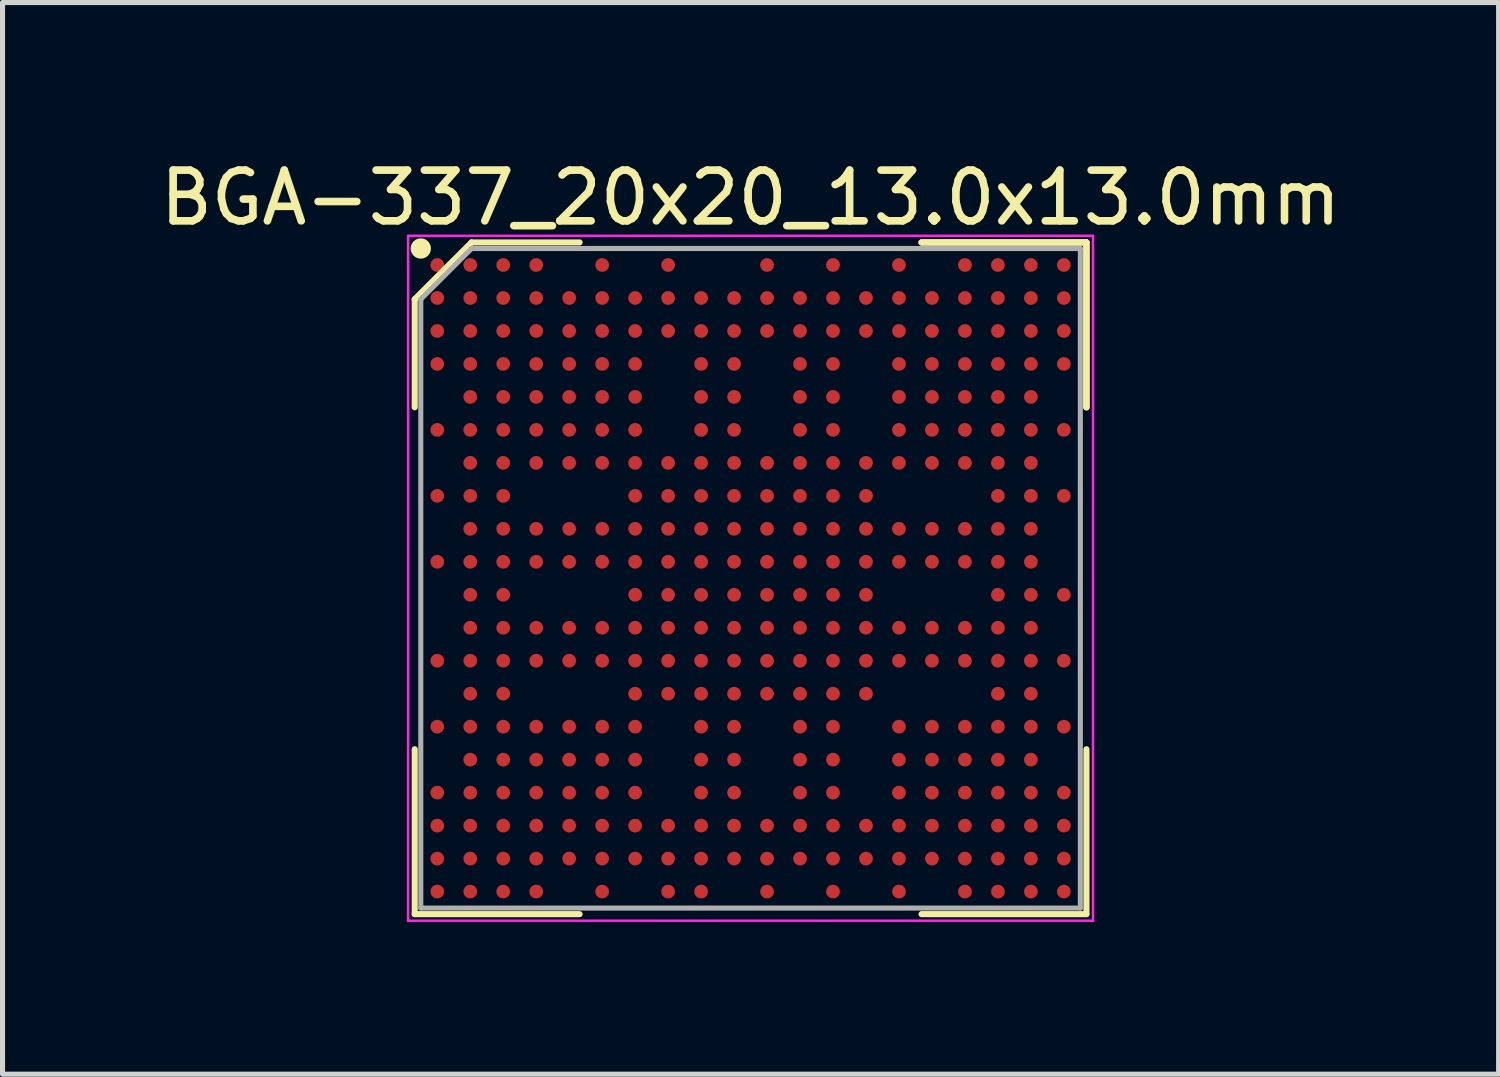
<source format=kicad_pcb>
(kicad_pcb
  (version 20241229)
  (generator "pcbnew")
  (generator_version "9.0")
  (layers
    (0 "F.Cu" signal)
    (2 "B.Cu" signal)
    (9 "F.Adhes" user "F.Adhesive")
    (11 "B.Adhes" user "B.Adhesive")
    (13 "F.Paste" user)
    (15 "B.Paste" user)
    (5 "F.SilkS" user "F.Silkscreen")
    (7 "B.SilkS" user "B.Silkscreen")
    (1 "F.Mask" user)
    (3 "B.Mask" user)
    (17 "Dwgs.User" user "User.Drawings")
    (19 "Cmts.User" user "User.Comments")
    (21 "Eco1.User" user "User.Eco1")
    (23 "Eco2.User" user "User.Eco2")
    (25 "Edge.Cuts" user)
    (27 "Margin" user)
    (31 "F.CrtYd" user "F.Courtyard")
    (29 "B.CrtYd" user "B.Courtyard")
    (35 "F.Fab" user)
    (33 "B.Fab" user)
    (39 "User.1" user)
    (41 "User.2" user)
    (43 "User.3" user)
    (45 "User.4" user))
  (footprint "BGA-337_20x20_13.0x13.0mm"
    (layer "F.Cu")
    (at 11.744 8.348)
    (property "Reference" "BGA-337_20x20_13.0x13.0mm" (at 0 -7.5 0) (layer "F.SilkS") (effects (font (size 1 1) (thickness 0.15))))
    (attr smd)
    (fp_line (start -6.62 -5.5) (end -6.62 -3.37) (stroke (width 0.12) (type solid)) (layer "F.SilkS"))
    (fp_line (start -6.62 6.62) (end -6.62 3.37) (stroke (width 0.12) (type solid)) (layer "F.SilkS"))
    (fp_line (start -5.5 -6.62) (end -6.62 -5.5) (stroke (width 0.12) (type solid)) (layer "F.SilkS"))
    (fp_line (start -3.37 -6.62) (end -5.5 -6.62) (stroke (width 0.12) (type solid)) (layer "F.SilkS"))
    (fp_line (start -3.37 6.62) (end -6.62 6.62) (stroke (width 0.12) (type solid)) (layer "F.SilkS"))
    (fp_line (start 3.37 -6.62) (end 6.62 -6.62) (stroke (width 0.12) (type solid)) (layer "F.SilkS"))
    (fp_line (start 3.37 -6.62) (end 6.62 -6.62) (stroke (width 0.12) (type solid)) (layer "F.SilkS"))
    (fp_line (start 3.37 -6.62) (end 6.62 -6.62) (stroke (width 0.12) (type solid)) (layer "F.SilkS"))
    (fp_line (start 3.37 6.62) (end 6.62 6.62) (stroke (width 0.12) (type solid)) (layer "F.SilkS"))
    (fp_line (start 6.62 -6.62) (end 6.62 -3.37) (stroke (width 0.12) (type solid)) (layer "F.SilkS"))
    (fp_line (start 6.62 -6.62) (end 6.62 -3.37) (stroke (width 0.12) (type solid)) (layer "F.SilkS"))
    (fp_line (start 6.62 -6.62) (end 6.62 -3.37) (stroke (width 0.12) (type solid)) (layer "F.SilkS"))
    (fp_line (start 6.62 6.62) (end 6.62 3.37) (stroke (width 0.12) (type solid)) (layer "F.SilkS"))
    (fp_circle (center -6.5 -6.5) (end -6.5 -6.4) (stroke (width 0.2) (type solid)) (fill no) (layer "F.SilkS"))
    (fp_line (start -6.75 -6.75) (end 6.75 -6.75) (stroke (width 0.05) (type solid)) (layer "F.CrtYd"))
    (fp_line (start -6.75 6.75) (end -6.75 -6.75) (stroke (width 0.05) (type solid)) (layer "F.CrtYd"))
    (fp_line (start 6.75 -6.75) (end 6.75 6.75) (stroke (width 0.05) (type solid)) (layer "F.CrtYd"))
    (fp_line (start 6.75 6.75) (end -6.75 6.75) (stroke (width 0.05) (type solid)) (layer "F.CrtYd"))
    (fp_line (start -6.5 -5.5) (end -6.5 6.5) (stroke (width 0.1) (type solid)) (layer "F.Fab"))
    (fp_line (start -6.5 6.5) (end 6.5 6.5) (stroke (width 0.1) (type solid)) (layer "F.Fab"))
    (fp_line (start -5.5 -6.5) (end -6.5 -5.5) (stroke (width 0.1) (type solid)) (layer "F.Fab"))
    (fp_line (start 6.5 -6.5) (end -5.5 -6.5) (stroke (width 0.1) (type solid)) (layer "F.Fab"))
    (fp_line (start 6.5 6.5) (end 6.5 -6.5) (stroke (width 0.1) (type solid)) (layer "F.Fab"))
    (pad "A1" smd circle (at -6.175 -6.175) (size 0.27 0.27) (layers "F.Cu" "F.Mask" "F.Paste"))
    (pad "A2" smd circle (at -5.525 -6.175) (size 0.27 0.27) (layers "F.Cu" "F.Mask" "F.Paste"))
    (pad "A3" smd circle (at -4.875 -6.175) (size 0.27 0.27) (layers "F.Cu" "F.Mask" "F.Paste"))
    (pad "A4" smd circle (at -4.225 -6.175) (size 0.27 0.27) (layers "F.Cu" "F.Mask" "F.Paste"))
    (pad "A6" smd circle (at -2.925 -6.175) (size 0.27 0.27) (layers "F.Cu" "F.Mask" "F.Paste"))
    (pad "A8" smd circle (at -1.625 -6.175) (size 0.27 0.27) (layers "F.Cu" "F.Mask" "F.Paste"))
    (pad "A11" smd circle (at 0.325 -6.175) (size 0.27 0.27) (layers "F.Cu" "F.Mask" "F.Paste"))
    (pad "A13" smd circle (at 1.625 -6.175) (size 0.27 0.27) (layers "F.Cu" "F.Mask" "F.Paste"))
    (pad "A15" smd circle (at 2.925 -6.175) (size 0.27 0.27) (layers "F.Cu" "F.Mask" "F.Paste"))
    (pad "A17" smd circle (at 4.225 -6.175) (size 0.27 0.27) (layers "F.Cu" "F.Mask" "F.Paste"))
    (pad "A18" smd circle (at 4.875 -6.175) (size 0.27 0.27) (layers "F.Cu" "F.Mask" "F.Paste"))
    (pad "A19" smd circle (at 5.525 -6.175) (size 0.27 0.27) (layers "F.Cu" "F.Mask" "F.Paste"))
    (pad "A20" smd circle (at 6.175 -6.175) (size 0.27 0.27) (layers "F.Cu" "F.Mask" "F.Paste"))
    (pad "B1" smd circle (at -6.175 -5.525) (size 0.27 0.27) (layers "F.Cu" "F.Mask" "F.Paste"))
    (pad "B2" smd circle (at -5.525 -5.525) (size 0.27 0.27) (layers "F.Cu" "F.Mask" "F.Paste"))
    (pad "B3" smd circle (at -4.875 -5.525) (size 0.27 0.27) (layers "F.Cu" "F.Mask" "F.Paste"))
    (pad "B4" smd circle (at -4.225 -5.525) (size 0.27 0.27) (layers "F.Cu" "F.Mask" "F.Paste"))
    (pad "B5" smd circle (at -3.575 -5.525) (size 0.27 0.27) (layers "F.Cu" "F.Mask" "F.Paste"))
    (pad "B6" smd circle (at -2.925 -5.525) (size 0.27 0.27) (layers "F.Cu" "F.Mask" "F.Paste"))
    (pad "B7" smd circle (at -2.275 -5.525) (size 0.27 0.27) (layers "F.Cu" "F.Mask" "F.Paste"))
    (pad "B8" smd circle (at -1.625 -5.525) (size 0.27 0.27) (layers "F.Cu" "F.Mask" "F.Paste"))
    (pad "B9" smd circle (at -0.975 -5.525) (size 0.27 0.27) (layers "F.Cu" "F.Mask" "F.Paste"))
    (pad "B10" smd circle (at -0.325 -5.525) (size 0.27 0.27) (layers "F.Cu" "F.Mask" "F.Paste"))
    (pad "B11" smd circle (at 0.325 -5.525) (size 0.27 0.27) (layers "F.Cu" "F.Mask" "F.Paste"))
    (pad "B12" smd circle (at 0.975 -5.525) (size 0.27 0.27) (layers "F.Cu" "F.Mask" "F.Paste"))
    (pad "B13" smd circle (at 1.625 -5.525) (size 0.27 0.27) (layers "F.Cu" "F.Mask" "F.Paste"))
    (pad "B14" smd circle (at 2.275 -5.525) (size 0.27 0.27) (layers "F.Cu" "F.Mask" "F.Paste"))
    (pad "B15" smd circle (at 2.925 -5.525) (size 0.27 0.27) (layers "F.Cu" "F.Mask" "F.Paste"))
    (pad "B16" smd circle (at 3.575 -5.525) (size 0.27 0.27) (layers "F.Cu" "F.Mask" "F.Paste"))
    (pad "B17" smd circle (at 4.225 -5.525) (size 0.27 0.27) (layers "F.Cu" "F.Mask" "F.Paste"))
    (pad "B18" smd circle (at 4.875 -5.525) (size 0.27 0.27) (layers "F.Cu" "F.Mask" "F.Paste"))
    (pad "B19" smd circle (at 5.525 -5.525) (size 0.27 0.27) (layers "F.Cu" "F.Mask" "F.Paste"))
    (pad "B20" smd circle (at 6.175 -5.525) (size 0.27 0.27) (layers "F.Cu" "F.Mask" "F.Paste"))
    (pad "C1" smd circle (at -6.175 -4.875) (size 0.27 0.27) (layers "F.Cu" "F.Mask" "F.Paste"))
    (pad "C2" smd circle (at -5.525 -4.875) (size 0.27 0.27) (layers "F.Cu" "F.Mask" "F.Paste"))
    (pad "C3" smd circle (at -4.875 -4.875) (size 0.27 0.27) (layers "F.Cu" "F.Mask" "F.Paste"))
    (pad "C4" smd circle (at -4.225 -4.875) (size 0.27 0.27) (layers "F.Cu" "F.Mask" "F.Paste"))
    (pad "C5" smd circle (at -3.575 -4.875) (size 0.27 0.27) (layers "F.Cu" "F.Mask" "F.Paste"))
    (pad "C6" smd circle (at -2.925 -4.875) (size 0.27 0.27) (layers "F.Cu" "F.Mask" "F.Paste"))
    (pad "C7" smd circle (at -2.275 -4.875) (size 0.27 0.27) (layers "F.Cu" "F.Mask" "F.Paste"))
    (pad "C8" smd circle (at -1.625 -4.875) (size 0.27 0.27) (layers "F.Cu" "F.Mask" "F.Paste"))
    (pad "C9" smd circle (at -0.975 -4.875) (size 0.27 0.27) (layers "F.Cu" "F.Mask" "F.Paste"))
    (pad "C10" smd circle (at -0.325 -4.875) (size 0.27 0.27) (layers "F.Cu" "F.Mask" "F.Paste"))
    (pad "C11" smd circle (at 0.325 -4.875) (size 0.27 0.27) (layers "F.Cu" "F.Mask" "F.Paste"))
    (pad "C12" smd circle (at 0.975 -4.875) (size 0.27 0.27) (layers "F.Cu" "F.Mask" "F.Paste"))
    (pad "C13" smd circle (at 1.625 -4.875) (size 0.27 0.27) (layers "F.Cu" "F.Mask" "F.Paste"))
    (pad "C14" smd circle (at 2.275 -4.875) (size 0.27 0.27) (layers "F.Cu" "F.Mask" "F.Paste"))
    (pad "C15" smd circle (at 2.925 -4.875) (size 0.27 0.27) (layers "F.Cu" "F.Mask" "F.Paste"))
    (pad "C16" smd circle (at 3.575 -4.875) (size 0.27 0.27) (layers "F.Cu" "F.Mask" "F.Paste"))
    (pad "C17" smd circle (at 4.225 -4.875) (size 0.27 0.27) (layers "F.Cu" "F.Mask" "F.Paste"))
    (pad "C18" smd circle (at 4.875 -4.875) (size 0.27 0.27) (layers "F.Cu" "F.Mask" "F.Paste"))
    (pad "C19" smd circle (at 5.525 -4.875) (size 0.27 0.27) (layers "F.Cu" "F.Mask" "F.Paste"))
    (pad "C20" smd circle (at 6.175 -4.875) (size 0.27 0.27) (layers "F.Cu" "F.Mask" "F.Paste"))
    (pad "D1" smd circle (at -6.175 -4.225) (size 0.27 0.27) (layers "F.Cu" "F.Mask" "F.Paste"))
    (pad "D2" smd circle (at -5.525 -4.225) (size 0.27 0.27) (layers "F.Cu" "F.Mask" "F.Paste"))
    (pad "D3" smd circle (at -4.875 -4.225) (size 0.27 0.27) (layers "F.Cu" "F.Mask" "F.Paste"))
    (pad "D4" smd circle (at -4.225 -4.225) (size 0.27 0.27) (layers "F.Cu" "F.Mask" "F.Paste"))
    (pad "D5" smd circle (at -3.575 -4.225) (size 0.27 0.27) (layers "F.Cu" "F.Mask" "F.Paste"))
    (pad "D6" smd circle (at -2.925 -4.225) (size 0.27 0.27) (layers "F.Cu" "F.Mask" "F.Paste"))
    (pad "D7" smd circle (at -2.275 -4.225) (size 0.27 0.27) (layers "F.Cu" "F.Mask" "F.Paste"))
    (pad "D9" smd circle (at -0.975 -4.225) (size 0.27 0.27) (layers "F.Cu" "F.Mask" "F.Paste"))
    (pad "D10" smd circle (at -0.325 -4.225) (size 0.27 0.27) (layers "F.Cu" "F.Mask" "F.Paste"))
    (pad "D12" smd circle (at 0.975 -4.225) (size 0.27 0.27) (layers "F.Cu" "F.Mask" "F.Paste"))
    (pad "D13" smd circle (at 1.625 -4.225) (size 0.27 0.27) (layers "F.Cu" "F.Mask" "F.Paste"))
    (pad "D15" smd circle (at 2.925 -4.225) (size 0.27 0.27) (layers "F.Cu" "F.Mask" "F.Paste"))
    (pad "D16" smd circle (at 3.575 -4.225) (size 0.27 0.27) (layers "F.Cu" "F.Mask" "F.Paste"))
    (pad "D17" smd circle (at 4.225 -4.225) (size 0.27 0.27) (layers "F.Cu" "F.Mask" "F.Paste"))
    (pad "D18" smd circle (at 4.875 -4.225) (size 0.27 0.27) (layers "F.Cu" "F.Mask" "F.Paste"))
    (pad "D19" smd circle (at 5.525 -4.225) (size 0.27 0.27) (layers "F.Cu" "F.Mask" "F.Paste"))
    (pad "D20" smd circle (at 6.175 -4.225) (size 0.27 0.27) (layers "F.Cu" "F.Mask" "F.Paste"))
    (pad "E2" smd circle (at -5.525 -3.575) (size 0.27 0.27) (layers "F.Cu" "F.Mask" "F.Paste"))
    (pad "E3" smd circle (at -4.875 -3.575) (size 0.27 0.27) (layers "F.Cu" "F.Mask" "F.Paste"))
    (pad "E4" smd circle (at -4.225 -3.575) (size 0.27 0.27) (layers "F.Cu" "F.Mask" "F.Paste"))
    (pad "E5" smd circle (at -3.575 -3.575) (size 0.27 0.27) (layers "F.Cu" "F.Mask" "F.Paste"))
    (pad "E6" smd circle (at -2.925 -3.575) (size 0.27 0.27) (layers "F.Cu" "F.Mask" "F.Paste"))
    (pad "E7" smd circle (at -2.275 -3.575) (size 0.27 0.27) (layers "F.Cu" "F.Mask" "F.Paste"))
    (pad "E9" smd circle (at -0.975 -3.575) (size 0.27 0.27) (layers "F.Cu" "F.Mask" "F.Paste"))
    (pad "E10" smd circle (at -0.325 -3.575) (size 0.27 0.27) (layers "F.Cu" "F.Mask" "F.Paste"))
    (pad "E12" smd circle (at 0.975 -3.575) (size 0.27 0.27) (layers "F.Cu" "F.Mask" "F.Paste"))
    (pad "E13" smd circle (at 1.625 -3.575) (size 0.27 0.27) (layers "F.Cu" "F.Mask" "F.Paste"))
    (pad "E15" smd circle (at 2.925 -3.575) (size 0.27 0.27) (layers "F.Cu" "F.Mask" "F.Paste"))
    (pad "E16" smd circle (at 3.575 -3.575) (size 0.27 0.27) (layers "F.Cu" "F.Mask" "F.Paste"))
    (pad "E17" smd circle (at 4.225 -3.575) (size 0.27 0.27) (layers "F.Cu" "F.Mask" "F.Paste"))
    (pad "E18" smd circle (at 4.875 -3.575) (size 0.27 0.27) (layers "F.Cu" "F.Mask" "F.Paste"))
    (pad "E19" smd circle (at 5.525 -3.575) (size 0.27 0.27) (layers "F.Cu" "F.Mask" "F.Paste"))
    (pad "F1" smd circle (at -6.175 -2.925) (size 0.27 0.27) (layers "F.Cu" "F.Mask" "F.Paste"))
    (pad "F2" smd circle (at -5.525 -2.925) (size 0.27 0.27) (layers "F.Cu" "F.Mask" "F.Paste"))
    (pad "F3" smd circle (at -4.875 -2.925) (size 0.27 0.27) (layers "F.Cu" "F.Mask" "F.Paste"))
    (pad "F4" smd circle (at -4.225 -2.925) (size 0.27 0.27) (layers "F.Cu" "F.Mask" "F.Paste"))
    (pad "F5" smd circle (at -3.575 -2.925) (size 0.27 0.27) (layers "F.Cu" "F.Mask" "F.Paste"))
    (pad "F6" smd circle (at -2.925 -2.925) (size 0.27 0.27) (layers "F.Cu" "F.Mask" "F.Paste"))
    (pad "F7" smd circle (at -2.275 -2.925) (size 0.27 0.27) (layers "F.Cu" "F.Mask" "F.Paste"))
    (pad "F9" smd circle (at -0.975 -2.925) (size 0.27 0.27) (layers "F.Cu" "F.Mask" "F.Paste"))
    (pad "F10" smd circle (at -0.325 -2.925) (size 0.27 0.27) (layers "F.Cu" "F.Mask" "F.Paste"))
    (pad "F12" smd circle (at 0.975 -2.925) (size 0.27 0.27) (layers "F.Cu" "F.Mask" "F.Paste"))
    (pad "F13" smd circle (at 1.625 -2.925) (size 0.27 0.27) (layers "F.Cu" "F.Mask" "F.Paste"))
    (pad "F15" smd circle (at 2.925 -2.925) (size 0.27 0.27) (layers "F.Cu" "F.Mask" "F.Paste"))
    (pad "F16" smd circle (at 3.575 -2.925) (size 0.27 0.27) (layers "F.Cu" "F.Mask" "F.Paste"))
    (pad "F17" smd circle (at 4.225 -2.925) (size 0.27 0.27) (layers "F.Cu" "F.Mask" "F.Paste"))
    (pad "F18" smd circle (at 4.875 -2.925) (size 0.27 0.27) (layers "F.Cu" "F.Mask" "F.Paste"))
    (pad "F19" smd circle (at 5.525 -2.925) (size 0.27 0.27) (layers "F.Cu" "F.Mask" "F.Paste"))
    (pad "F20" smd circle (at 6.175 -2.925) (size 0.27 0.27) (layers "F.Cu" "F.Mask" "F.Paste"))
    (pad "G2" smd circle (at -5.525 -2.275) (size 0.27 0.27) (layers "F.Cu" "F.Mask" "F.Paste"))
    (pad "G3" smd circle (at -4.875 -2.275) (size 0.27 0.27) (layers "F.Cu" "F.Mask" "F.Paste"))
    (pad "G4" smd circle (at -4.225 -2.275) (size 0.27 0.27) (layers "F.Cu" "F.Mask" "F.Paste"))
    (pad "G5" smd circle (at -3.575 -2.275) (size 0.27 0.27) (layers "F.Cu" "F.Mask" "F.Paste"))
    (pad "G6" smd circle (at -2.925 -2.275) (size 0.27 0.27) (layers "F.Cu" "F.Mask" "F.Paste"))
    (pad "G7" smd circle (at -2.275 -2.275) (size 0.27 0.27) (layers "F.Cu" "F.Mask" "F.Paste"))
    (pad "G8" smd circle (at -1.625 -2.275) (size 0.27 0.27) (layers "F.Cu" "F.Mask" "F.Paste"))
    (pad "G9" smd circle (at -0.975 -2.275) (size 0.27 0.27) (layers "F.Cu" "F.Mask" "F.Paste"))
    (pad "G10" smd circle (at -0.325 -2.275) (size 0.27 0.27) (layers "F.Cu" "F.Mask" "F.Paste"))
    (pad "G11" smd circle (at 0.325 -2.275) (size 0.27 0.27) (layers "F.Cu" "F.Mask" "F.Paste"))
    (pad "G12" smd circle (at 0.975 -2.275) (size 0.27 0.27) (layers "F.Cu" "F.Mask" "F.Paste"))
    (pad "G13" smd circle (at 1.625 -2.275) (size 0.27 0.27) (layers "F.Cu" "F.Mask" "F.Paste"))
    (pad "G14" smd circle (at 2.275 -2.275) (size 0.27 0.27) (layers "F.Cu" "F.Mask" "F.Paste"))
    (pad "G15" smd circle (at 2.925 -2.275) (size 0.27 0.27) (layers "F.Cu" "F.Mask" "F.Paste"))
    (pad "G16" smd circle (at 3.575 -2.275) (size 0.27 0.27) (layers "F.Cu" "F.Mask" "F.Paste"))
    (pad "G17" smd circle (at 4.225 -2.275) (size 0.27 0.27) (layers "F.Cu" "F.Mask" "F.Paste"))
    (pad "G18" smd circle (at 4.875 -2.275) (size 0.27 0.27) (layers "F.Cu" "F.Mask" "F.Paste"))
    (pad "G19" smd circle (at 5.525 -2.275) (size 0.27 0.27) (layers "F.Cu" "F.Mask" "F.Paste"))
    (pad "H1" smd circle (at -6.175 -1.625) (size 0.27 0.27) (layers "F.Cu" "F.Mask" "F.Paste"))
    (pad "H2" smd circle (at -5.525 -1.625) (size 0.27 0.27) (layers "F.Cu" "F.Mask" "F.Paste"))
    (pad "H3" smd circle (at -4.875 -1.625) (size 0.27 0.27) (layers "F.Cu" "F.Mask" "F.Paste"))
    (pad "H7" smd circle (at -2.275 -1.625) (size 0.27 0.27) (layers "F.Cu" "F.Mask" "F.Paste"))
    (pad "H8" smd circle (at -1.625 -1.625) (size 0.27 0.27) (layers "F.Cu" "F.Mask" "F.Paste"))
    (pad "H9" smd circle (at -0.975 -1.625) (size 0.27 0.27) (layers "F.Cu" "F.Mask" "F.Paste"))
    (pad "H10" smd circle (at -0.325 -1.625) (size 0.27 0.27) (layers "F.Cu" "F.Mask" "F.Paste"))
    (pad "H11" smd circle (at 0.325 -1.625) (size 0.27 0.27) (layers "F.Cu" "F.Mask" "F.Paste"))
    (pad "H12" smd circle (at 0.975 -1.625) (size 0.27 0.27) (layers "F.Cu" "F.Mask" "F.Paste"))
    (pad "H13" smd circle (at 1.625 -1.625) (size 0.27 0.27) (layers "F.Cu" "F.Mask" "F.Paste"))
    (pad "H14" smd circle (at 2.275 -1.625) (size 0.27 0.27) (layers "F.Cu" "F.Mask" "F.Paste"))
    (pad "H18" smd circle (at 4.875 -1.625) (size 0.27 0.27) (layers "F.Cu" "F.Mask" "F.Paste"))
    (pad "H19" smd circle (at 5.525 -1.625) (size 0.27 0.27) (layers "F.Cu" "F.Mask" "F.Paste"))
    (pad "H20" smd circle (at 6.175 -1.625) (size 0.27 0.27) (layers "F.Cu" "F.Mask" "F.Paste"))
    (pad "J2" smd circle (at -5.525 -0.975) (size 0.27 0.27) (layers "F.Cu" "F.Mask" "F.Paste"))
    (pad "J3" smd circle (at -4.875 -0.975) (size 0.27 0.27) (layers "F.Cu" "F.Mask" "F.Paste"))
    (pad "J4" smd circle (at -4.225 -0.975) (size 0.27 0.27) (layers "F.Cu" "F.Mask" "F.Paste"))
    (pad "J5" smd circle (at -3.575 -0.975) (size 0.27 0.27) (layers "F.Cu" "F.Mask" "F.Paste"))
    (pad "J6" smd circle (at -2.925 -0.975) (size 0.27 0.27) (layers "F.Cu" "F.Mask" "F.Paste"))
    (pad "J7" smd circle (at -2.275 -0.975) (size 0.27 0.27) (layers "F.Cu" "F.Mask" "F.Paste"))
    (pad "J8" smd circle (at -1.625 -0.975) (size 0.27 0.27) (layers "F.Cu" "F.Mask" "F.Paste"))
    (pad "J9" smd circle (at -0.975 -0.975) (size 0.27 0.27) (layers "F.Cu" "F.Mask" "F.Paste"))
    (pad "J10" smd circle (at -0.325 -0.975) (size 0.27 0.27) (layers "F.Cu" "F.Mask" "F.Paste"))
    (pad "J11" smd circle (at 0.325 -0.975) (size 0.27 0.27) (layers "F.Cu" "F.Mask" "F.Paste"))
    (pad "J12" smd circle (at 0.975 -0.975) (size 0.27 0.27) (layers "F.Cu" "F.Mask" "F.Paste"))
    (pad "J13" smd circle (at 1.625 -0.975) (size 0.27 0.27) (layers "F.Cu" "F.Mask" "F.Paste"))
    (pad "J14" smd circle (at 2.275 -0.975) (size 0.27 0.27) (layers "F.Cu" "F.Mask" "F.Paste"))
    (pad "J15" smd circle (at 2.925 -0.975) (size 0.27 0.27) (layers "F.Cu" "F.Mask" "F.Paste"))
    (pad "J16" smd circle (at 3.575 -0.975) (size 0.27 0.27) (layers "F.Cu" "F.Mask" "F.Paste"))
    (pad "J17" smd circle (at 4.225 -0.975) (size 0.27 0.27) (layers "F.Cu" "F.Mask" "F.Paste"))
    (pad "J18" smd circle (at 4.875 -0.975) (size 0.27 0.27) (layers "F.Cu" "F.Mask" "F.Paste"))
    (pad "J19" smd circle (at 5.525 -0.975) (size 0.27 0.27) (layers "F.Cu" "F.Mask" "F.Paste"))
    (pad "K1" smd circle (at -6.175 -0.325) (size 0.27 0.27) (layers "F.Cu" "F.Mask" "F.Paste"))
    (pad "K2" smd circle (at -5.525 -0.325) (size 0.27 0.27) (layers "F.Cu" "F.Mask" "F.Paste"))
    (pad "K3" smd circle (at -4.875 -0.325) (size 0.27 0.27) (layers "F.Cu" "F.Mask" "F.Paste"))
    (pad "K4" smd circle (at -4.225 -0.325) (size 0.27 0.27) (layers "F.Cu" "F.Mask" "F.Paste"))
    (pad "K5" smd circle (at -3.575 -0.325) (size 0.27 0.27) (layers "F.Cu" "F.Mask" "F.Paste"))
    (pad "K6" smd circle (at -2.925 -0.325) (size 0.27 0.27) (layers "F.Cu" "F.Mask" "F.Paste"))
    (pad "K7" smd circle (at -2.275 -0.325) (size 0.27 0.27) (layers "F.Cu" "F.Mask" "F.Paste"))
    (pad "K8" smd circle (at -1.625 -0.325) (size 0.27 0.27) (layers "F.Cu" "F.Mask" "F.Paste"))
    (pad "K9" smd circle (at -0.975 -0.325) (size 0.27 0.27) (layers "F.Cu" "F.Mask" "F.Paste"))
    (pad "K10" smd circle (at -0.325 -0.325) (size 0.27 0.27) (layers "F.Cu" "F.Mask" "F.Paste"))
    (pad "K11" smd circle (at 0.325 -0.325) (size 0.27 0.27) (layers "F.Cu" "F.Mask" "F.Paste"))
    (pad "K12" smd circle (at 0.975 -0.325) (size 0.27 0.27) (layers "F.Cu" "F.Mask" "F.Paste"))
    (pad "K13" smd circle (at 1.625 -0.325) (size 0.27 0.27) (layers "F.Cu" "F.Mask" "F.Paste"))
    (pad "K14" smd circle (at 2.275 -0.325) (size 0.27 0.27) (layers "F.Cu" "F.Mask" "F.Paste"))
    (pad "K15" smd circle (at 2.925 -0.325) (size 0.27 0.27) (layers "F.Cu" "F.Mask" "F.Paste"))
    (pad "K16" smd circle (at 3.575 -0.325) (size 0.27 0.27) (layers "F.Cu" "F.Mask" "F.Paste"))
    (pad "K17" smd circle (at 4.225 -0.325) (size 0.27 0.27) (layers "F.Cu" "F.Mask" "F.Paste"))
    (pad "K18" smd circle (at 4.875 -0.325) (size 0.27 0.27) (layers "F.Cu" "F.Mask" "F.Paste"))
    (pad "K19" smd circle (at 5.525 -0.325) (size 0.27 0.27) (layers "F.Cu" "F.Mask" "F.Paste"))
    (pad "L2" smd circle (at -5.525 0.325) (size 0.27 0.27) (layers "F.Cu" "F.Mask" "F.Paste"))
    (pad "L3" smd circle (at -4.875 0.325) (size 0.27 0.27) (layers "F.Cu" "F.Mask" "F.Paste"))
    (pad "L7" smd circle (at -2.275 0.325) (size 0.27 0.27) (layers "F.Cu" "F.Mask" "F.Paste"))
    (pad "L8" smd circle (at -1.625 0.325) (size 0.27 0.27) (layers "F.Cu" "F.Mask" "F.Paste"))
    (pad "L9" smd circle (at -0.975 0.325) (size 0.27 0.27) (layers "F.Cu" "F.Mask" "F.Paste"))
    (pad "L10" smd circle (at -0.325 0.325) (size 0.27 0.27) (layers "F.Cu" "F.Mask" "F.Paste"))
    (pad "L11" smd circle (at 0.325 0.325) (size 0.27 0.27) (layers "F.Cu" "F.Mask" "F.Paste"))
    (pad "L12" smd circle (at 0.975 0.325) (size 0.27 0.27) (layers "F.Cu" "F.Mask" "F.Paste"))
    (pad "L13" smd circle (at 1.625 0.325) (size 0.27 0.27) (layers "F.Cu" "F.Mask" "F.Paste"))
    (pad "L14" smd circle (at 2.275 0.325) (size 0.27 0.27) (layers "F.Cu" "F.Mask" "F.Paste"))
    (pad "L18" smd circle (at 4.875 0.325) (size 0.27 0.27) (layers "F.Cu" "F.Mask" "F.Paste"))
    (pad "L19" smd circle (at 5.525 0.325) (size 0.27 0.27) (layers "F.Cu" "F.Mask" "F.Paste"))
    (pad "L20" smd circle (at 6.175 0.325) (size 0.27 0.27) (layers "F.Cu" "F.Mask" "F.Paste"))
    (pad "M2" smd circle (at -5.525 0.975) (size 0.27 0.27) (layers "F.Cu" "F.Mask" "F.Paste"))
    (pad "M3" smd circle (at -4.875 0.975) (size 0.27 0.27) (layers "F.Cu" "F.Mask" "F.Paste"))
    (pad "M4" smd circle (at -4.225 0.975) (size 0.27 0.27) (layers "F.Cu" "F.Mask" "F.Paste"))
    (pad "M5" smd circle (at -3.575 0.975) (size 0.27 0.27) (layers "F.Cu" "F.Mask" "F.Paste"))
    (pad "M6" smd circle (at -2.925 0.975) (size 0.27 0.27) (layers "F.Cu" "F.Mask" "F.Paste"))
    (pad "M7" smd circle (at -2.275 0.975) (size 0.27 0.27) (layers "F.Cu" "F.Mask" "F.Paste"))
    (pad "M8" smd circle (at -1.625 0.975) (size 0.27 0.27) (layers "F.Cu" "F.Mask" "F.Paste"))
    (pad "M9" smd circle (at -0.975 0.975) (size 0.27 0.27) (layers "F.Cu" "F.Mask" "F.Paste"))
    (pad "M10" smd circle (at -0.325 0.975) (size 0.27 0.27) (layers "F.Cu" "F.Mask" "F.Paste"))
    (pad "M11" smd circle (at 0.325 0.975) (size 0.27 0.27) (layers "F.Cu" "F.Mask" "F.Paste"))
    (pad "M12" smd circle (at 0.975 0.975) (size 0.27 0.27) (layers "F.Cu" "F.Mask" "F.Paste"))
    (pad "M13" smd circle (at 1.625 0.975) (size 0.27 0.27) (layers "F.Cu" "F.Mask" "F.Paste"))
    (pad "M14" smd circle (at 2.275 0.975) (size 0.27 0.27) (layers "F.Cu" "F.Mask" "F.Paste"))
    (pad "M15" smd circle (at 2.925 0.975) (size 0.27 0.27) (layers "F.Cu" "F.Mask" "F.Paste"))
    (pad "M16" smd circle (at 3.575 0.975) (size 0.27 0.27) (layers "F.Cu" "F.Mask" "F.Paste"))
    (pad "M17" smd circle (at 4.225 0.975) (size 0.27 0.27) (layers "F.Cu" "F.Mask" "F.Paste"))
    (pad "M18" smd circle (at 4.875 0.975) (size 0.27 0.27) (layers "F.Cu" "F.Mask" "F.Paste"))
    (pad "M19" smd circle (at 5.525 0.975) (size 0.27 0.27) (layers "F.Cu" "F.Mask" "F.Paste"))
    (pad "N1" smd circle (at -6.175 1.625) (size 0.27 0.27) (layers "F.Cu" "F.Mask" "F.Paste"))
    (pad "N2" smd circle (at -5.525 1.625) (size 0.27 0.27) (layers "F.Cu" "F.Mask" "F.Paste"))
    (pad "N3" smd circle (at -4.875 1.625) (size 0.27 0.27) (layers "F.Cu" "F.Mask" "F.Paste"))
    (pad "N4" smd circle (at -4.225 1.625) (size 0.27 0.27) (layers "F.Cu" "F.Mask" "F.Paste"))
    (pad "N5" smd circle (at -3.575 1.625) (size 0.27 0.27) (layers "F.Cu" "F.Mask" "F.Paste"))
    (pad "N6" smd circle (at -2.925 1.625) (size 0.27 0.27) (layers "F.Cu" "F.Mask" "F.Paste"))
    (pad "N7" smd circle (at -2.275 1.625) (size 0.27 0.27) (layers "F.Cu" "F.Mask" "F.Paste"))
    (pad "N8" smd circle (at -1.625 1.625) (size 0.27 0.27) (layers "F.Cu" "F.Mask" "F.Paste"))
    (pad "N9" smd circle (at -0.975 1.625) (size 0.27 0.27) (layers "F.Cu" "F.Mask" "F.Paste"))
    (pad "N10" smd circle (at -0.325 1.625) (size 0.27 0.27) (layers "F.Cu" "F.Mask" "F.Paste"))
    (pad "N11" smd circle (at 0.325 1.625) (size 0.27 0.27) (layers "F.Cu" "F.Mask" "F.Paste"))
    (pad "N12" smd circle (at 0.975 1.625) (size 0.27 0.27) (layers "F.Cu" "F.Mask" "F.Paste"))
    (pad "N13" smd circle (at 1.625 1.625) (size 0.27 0.27) (layers "F.Cu" "F.Mask" "F.Paste"))
    (pad "N14" smd circle (at 2.275 1.625) (size 0.27 0.27) (layers "F.Cu" "F.Mask" "F.Paste"))
    (pad "N15" smd circle (at 2.925 1.625) (size 0.27 0.27) (layers "F.Cu" "F.Mask" "F.Paste"))
    (pad "N16" smd circle (at 3.575 1.625) (size 0.27 0.27) (layers "F.Cu" "F.Mask" "F.Paste"))
    (pad "N17" smd circle (at 4.225 1.625) (size 0.27 0.27) (layers "F.Cu" "F.Mask" "F.Paste"))
    (pad "N18" smd circle (at 4.875 1.625) (size 0.27 0.27) (layers "F.Cu" "F.Mask" "F.Paste"))
    (pad "N19" smd circle (at 5.525 1.625) (size 0.27 0.27) (layers "F.Cu" "F.Mask" "F.Paste"))
    (pad "N20" smd circle (at 6.175 1.625) (size 0.27 0.27) (layers "F.Cu" "F.Mask" "F.Paste"))
    (pad "P2" smd circle (at -5.525 2.275) (size 0.27 0.27) (layers "F.Cu" "F.Mask" "F.Paste"))
    (pad "P3" smd circle (at -4.875 2.275) (size 0.27 0.27) (layers "F.Cu" "F.Mask" "F.Paste"))
    (pad "P7" smd circle (at -2.275 2.275) (size 0.27 0.27) (layers "F.Cu" "F.Mask" "F.Paste"))
    (pad "P8" smd circle (at -1.625 2.275) (size 0.27 0.27) (layers "F.Cu" "F.Mask" "F.Paste"))
    (pad "P9" smd circle (at -0.975 2.275) (size 0.27 0.27) (layers "F.Cu" "F.Mask" "F.Paste"))
    (pad "P10" smd circle (at -0.325 2.275) (size 0.27 0.27) (layers "F.Cu" "F.Mask" "F.Paste"))
    (pad "P11" smd circle (at 0.325 2.275) (size 0.27 0.27) (layers "F.Cu" "F.Mask" "F.Paste"))
    (pad "P12" smd circle (at 0.975 2.275) (size 0.27 0.27) (layers "F.Cu" "F.Mask" "F.Paste"))
    (pad "P13" smd circle (at 1.625 2.275) (size 0.27 0.27) (layers "F.Cu" "F.Mask" "F.Paste"))
    (pad "P14" smd circle (at 2.275 2.275) (size 0.27 0.27) (layers "F.Cu" "F.Mask" "F.Paste"))
    (pad "P18" smd circle (at 4.875 2.275) (size 0.27 0.27) (layers "F.Cu" "F.Mask" "F.Paste"))
    (pad "P19" smd circle (at 5.525 2.275) (size 0.27 0.27) (layers "F.Cu" "F.Mask" "F.Paste"))
    (pad "R1" smd circle (at -6.175 2.925) (size 0.27 0.27) (layers "F.Cu" "F.Mask" "F.Paste"))
    (pad "R2" smd circle (at -5.525 2.925) (size 0.27 0.27) (layers "F.Cu" "F.Mask" "F.Paste"))
    (pad "R3" smd circle (at -4.875 2.925) (size 0.27 0.27) (layers "F.Cu" "F.Mask" "F.Paste"))
    (pad "R4" smd circle (at -4.225 2.925) (size 0.27 0.27) (layers "F.Cu" "F.Mask" "F.Paste"))
    (pad "R5" smd circle (at -3.575 2.925) (size 0.27 0.27) (layers "F.Cu" "F.Mask" "F.Paste"))
    (pad "R6" smd circle (at -2.925 2.925) (size 0.27 0.27) (layers "F.Cu" "F.Mask" "F.Paste"))
    (pad "R7" smd circle (at -2.275 2.925) (size 0.27 0.27) (layers "F.Cu" "F.Mask" "F.Paste"))
    (pad "R9" smd circle (at -0.975 2.925) (size 0.27 0.27) (layers "F.Cu" "F.Mask" "F.Paste"))
    (pad "R10" smd circle (at -0.325 2.925) (size 0.27 0.27) (layers "F.Cu" "F.Mask" "F.Paste"))
    (pad "R12" smd circle (at 0.975 2.925) (size 0.27 0.27) (layers "F.Cu" "F.Mask" "F.Paste"))
    (pad "R13" smd circle (at 1.625 2.925) (size 0.27 0.27) (layers "F.Cu" "F.Mask" "F.Paste"))
    (pad "R15" smd circle (at 2.925 2.925) (size 0.27 0.27) (layers "F.Cu" "F.Mask" "F.Paste"))
    (pad "R16" smd circle (at 3.575 2.925) (size 0.27 0.27) (layers "F.Cu" "F.Mask" "F.Paste"))
    (pad "R17" smd circle (at 4.225 2.925) (size 0.27 0.27) (layers "F.Cu" "F.Mask" "F.Paste"))
    (pad "R18" smd circle (at 4.875 2.925) (size 0.27 0.27) (layers "F.Cu" "F.Mask" "F.Paste"))
    (pad "R19" smd circle (at 5.525 2.925) (size 0.27 0.27) (layers "F.Cu" "F.Mask" "F.Paste"))
    (pad "R20" smd circle (at 6.175 2.925) (size 0.27 0.27) (layers "F.Cu" "F.Mask" "F.Paste"))
    (pad "T2" smd circle (at -5.525 3.575) (size 0.27 0.27) (layers "F.Cu" "F.Mask" "F.Paste"))
    (pad "T3" smd circle (at -4.875 3.575) (size 0.27 0.27) (layers "F.Cu" "F.Mask" "F.Paste"))
    (pad "T4" smd circle (at -4.225 3.575) (size 0.27 0.27) (layers "F.Cu" "F.Mask" "F.Paste"))
    (pad "T5" smd circle (at -3.575 3.575) (size 0.27 0.27) (layers "F.Cu" "F.Mask" "F.Paste"))
    (pad "T6" smd circle (at -2.925 3.575) (size 0.27 0.27) (layers "F.Cu" "F.Mask" "F.Paste"))
    (pad "T7" smd circle (at -2.275 3.575) (size 0.27 0.27) (layers "F.Cu" "F.Mask" "F.Paste"))
    (pad "T9" smd circle (at -0.975 3.575) (size 0.27 0.27) (layers "F.Cu" "F.Mask" "F.Paste"))
    (pad "T10" smd circle (at -0.325 3.575) (size 0.27 0.27) (layers "F.Cu" "F.Mask" "F.Paste"))
    (pad "T12" smd circle (at 0.975 3.575) (size 0.27 0.27) (layers "F.Cu" "F.Mask" "F.Paste"))
    (pad "T13" smd circle (at 1.625 3.575) (size 0.27 0.27) (layers "F.Cu" "F.Mask" "F.Paste"))
    (pad "T15" smd circle (at 2.925 3.575) (size 0.27 0.27) (layers "F.Cu" "F.Mask" "F.Paste"))
    (pad "T16" smd circle (at 3.575 3.575) (size 0.27 0.27) (layers "F.Cu" "F.Mask" "F.Paste"))
    (pad "T17" smd circle (at 4.225 3.575) (size 0.27 0.27) (layers "F.Cu" "F.Mask" "F.Paste"))
    (pad "T18" smd circle (at 4.875 3.575) (size 0.27 0.27) (layers "F.Cu" "F.Mask" "F.Paste"))
    (pad "T19" smd circle (at 5.525 3.575) (size 0.27 0.27) (layers "F.Cu" "F.Mask" "F.Paste"))
    (pad "U1" smd circle (at -6.175 4.225) (size 0.27 0.27) (layers "F.Cu" "F.Mask" "F.Paste"))
    (pad "U2" smd circle (at -5.525 4.225) (size 0.27 0.27) (layers "F.Cu" "F.Mask" "F.Paste"))
    (pad "U3" smd circle (at -4.875 4.225) (size 0.27 0.27) (layers "F.Cu" "F.Mask" "F.Paste"))
    (pad "U4" smd circle (at -4.225 4.225) (size 0.27 0.27) (layers "F.Cu" "F.Mask" "F.Paste"))
    (pad "U5" smd circle (at -3.575 4.225) (size 0.27 0.27) (layers "F.Cu" "F.Mask" "F.Paste"))
    (pad "U6" smd circle (at -2.925 4.225) (size 0.27 0.27) (layers "F.Cu" "F.Mask" "F.Paste"))
    (pad "U7" smd circle (at -2.275 4.225) (size 0.27 0.27) (layers "F.Cu" "F.Mask" "F.Paste"))
    (pad "U9" smd circle (at -0.975 4.225) (size 0.27 0.27) (layers "F.Cu" "F.Mask" "F.Paste"))
    (pad "U10" smd circle (at -0.325 4.225) (size 0.27 0.27) (layers "F.Cu" "F.Mask" "F.Paste"))
    (pad "U12" smd circle (at 0.975 4.225) (size 0.27 0.27) (layers "F.Cu" "F.Mask" "F.Paste"))
    (pad "U13" smd circle (at 1.625 4.225) (size 0.27 0.27) (layers "F.Cu" "F.Mask" "F.Paste"))
    (pad "U15" smd circle (at 2.925 4.225) (size 0.27 0.27) (layers "F.Cu" "F.Mask" "F.Paste"))
    (pad "U16" smd circle (at 3.575 4.225) (size 0.27 0.27) (layers "F.Cu" "F.Mask" "F.Paste"))
    (pad "U17" smd circle (at 4.225 4.225) (size 0.27 0.27) (layers "F.Cu" "F.Mask" "F.Paste"))
    (pad "U18" smd circle (at 4.875 4.225) (size 0.27 0.27) (layers "F.Cu" "F.Mask" "F.Paste"))
    (pad "U19" smd circle (at 5.525 4.225) (size 0.27 0.27) (layers "F.Cu" "F.Mask" "F.Paste"))
    (pad "U20" smd circle (at 6.175 4.225) (size 0.27 0.27) (layers "F.Cu" "F.Mask" "F.Paste"))
    (pad "V1" smd circle (at -6.175 4.875) (size 0.27 0.27) (layers "F.Cu" "F.Mask" "F.Paste"))
    (pad "V2" smd circle (at -5.525 4.875) (size 0.27 0.27) (layers "F.Cu" "F.Mask" "F.Paste"))
    (pad "V3" smd circle (at -4.875 4.875) (size 0.27 0.27) (layers "F.Cu" "F.Mask" "F.Paste"))
    (pad "V4" smd circle (at -4.225 4.875) (size 0.27 0.27) (layers "F.Cu" "F.Mask" "F.Paste"))
    (pad "V5" smd circle (at -3.575 4.875) (size 0.27 0.27) (layers "F.Cu" "F.Mask" "F.Paste"))
    (pad "V6" smd circle (at -2.925 4.875) (size 0.27 0.27) (layers "F.Cu" "F.Mask" "F.Paste"))
    (pad "V7" smd circle (at -2.275 4.875) (size 0.27 0.27) (layers "F.Cu" "F.Mask" "F.Paste"))
    (pad "V8" smd circle (at -1.625 4.875) (size 0.27 0.27) (layers "F.Cu" "F.Mask" "F.Paste"))
    (pad "V9" smd circle (at -0.975 4.875) (size 0.27 0.27) (layers "F.Cu" "F.Mask" "F.Paste"))
    (pad "V10" smd circle (at -0.325 4.875) (size 0.27 0.27) (layers "F.Cu" "F.Mask" "F.Paste"))
    (pad "V11" smd circle (at 0.325 4.875) (size 0.27 0.27) (layers "F.Cu" "F.Mask" "F.Paste"))
    (pad "V12" smd circle (at 0.975 4.875) (size 0.27 0.27) (layers "F.Cu" "F.Mask" "F.Paste"))
    (pad "V13" smd circle (at 1.625 4.875) (size 0.27 0.27) (layers "F.Cu" "F.Mask" "F.Paste"))
    (pad "V14" smd circle (at 2.275 4.875) (size 0.27 0.27) (layers "F.Cu" "F.Mask" "F.Paste"))
    (pad "V15" smd circle (at 2.925 4.875) (size 0.27 0.27) (layers "F.Cu" "F.Mask" "F.Paste"))
    (pad "V16" smd circle (at 3.575 4.875) (size 0.27 0.27) (layers "F.Cu" "F.Mask" "F.Paste"))
    (pad "V17" smd circle (at 4.225 4.875) (size 0.27 0.27) (layers "F.Cu" "F.Mask" "F.Paste"))
    (pad "V18" smd circle (at 4.875 4.875) (size 0.27 0.27) (layers "F.Cu" "F.Mask" "F.Paste"))
    (pad "V19" smd circle (at 5.525 4.875) (size 0.27 0.27) (layers "F.Cu" "F.Mask" "F.Paste"))
    (pad "V20" smd circle (at 6.175 4.875) (size 0.27 0.27) (layers "F.Cu" "F.Mask" "F.Paste"))
    (pad "W1" smd circle (at -6.175 5.525) (size 0.27 0.27) (layers "F.Cu" "F.Mask" "F.Paste"))
    (pad "W2" smd circle (at -5.525 5.525) (size 0.27 0.27) (layers "F.Cu" "F.Mask" "F.Paste"))
    (pad "W3" smd circle (at -4.875 5.525) (size 0.27 0.27) (layers "F.Cu" "F.Mask" "F.Paste"))
    (pad "W4" smd circle (at -4.225 5.525) (size 0.27 0.27) (layers "F.Cu" "F.Mask" "F.Paste"))
    (pad "W5" smd circle (at -3.575 5.525) (size 0.27 0.27) (layers "F.Cu" "F.Mask" "F.Paste"))
    (pad "W6" smd circle (at -2.925 5.525) (size 0.27 0.27) (layers "F.Cu" "F.Mask" "F.Paste"))
    (pad "W7" smd circle (at -2.275 5.525) (size 0.27 0.27) (layers "F.Cu" "F.Mask" "F.Paste"))
    (pad "W8" smd circle (at -1.625 5.525) (size 0.27 0.27) (layers "F.Cu" "F.Mask" "F.Paste"))
    (pad "W9" smd circle (at -0.975 5.525) (size 0.27 0.27) (layers "F.Cu" "F.Mask" "F.Paste"))
    (pad "W10" smd circle (at -0.325 5.525) (size 0.27 0.27) (layers "F.Cu" "F.Mask" "F.Paste"))
    (pad "W11" smd circle (at 0.325 5.525) (size 0.27 0.27) (layers "F.Cu" "F.Mask" "F.Paste"))
    (pad "W12" smd circle (at 0.975 5.525) (size 0.27 0.27) (layers "F.Cu" "F.Mask" "F.Paste"))
    (pad "W13" smd circle (at 1.625 5.525) (size 0.27 0.27) (layers "F.Cu" "F.Mask" "F.Paste"))
    (pad "W14" smd circle (at 2.275 5.525) (size 0.27 0.27) (layers "F.Cu" "F.Mask" "F.Paste"))
    (pad "W15" smd circle (at 2.925 5.525) (size 0.27 0.27) (layers "F.Cu" "F.Mask" "F.Paste"))
    (pad "W16" smd circle (at 3.575 5.525) (size 0.27 0.27) (layers "F.Cu" "F.Mask" "F.Paste"))
    (pad "W17" smd circle (at 4.225 5.525) (size 0.27 0.27) (layers "F.Cu" "F.Mask" "F.Paste"))
    (pad "W18" smd circle (at 4.875 5.525) (size 0.27 0.27) (layers "F.Cu" "F.Mask" "F.Paste"))
    (pad "W19" smd circle (at 5.525 5.525) (size 0.27 0.27) (layers "F.Cu" "F.Mask" "F.Paste"))
    (pad "W20" smd circle (at 6.175 5.525) (size 0.27 0.27) (layers "F.Cu" "F.Mask" "F.Paste"))
    (pad "Y1" smd circle (at -6.175 6.175) (size 0.27 0.27) (layers "F.Cu" "F.Mask" "F.Paste"))
    (pad "Y2" smd circle (at -5.525 6.175) (size 0.27 0.27) (layers "F.Cu" "F.Mask" "F.Paste"))
    (pad "Y3" smd circle (at -4.875 6.175) (size 0.27 0.27) (layers "F.Cu" "F.Mask" "F.Paste"))
    (pad "Y4" smd circle (at -4.225 6.175) (size 0.27 0.27) (layers "F.Cu" "F.Mask" "F.Paste"))
    (pad "Y6" smd circle (at -2.925 6.175) (size 0.27 0.27) (layers "F.Cu" "F.Mask" "F.Paste"))
    (pad "Y8" smd circle (at -1.625 6.175) (size 0.27 0.27) (layers "F.Cu" "F.Mask" "F.Paste"))
    (pad "Y9" smd circle (at -0.975 6.175) (size 0.27 0.27) (layers "F.Cu" "F.Mask" "F.Paste"))
    (pad "Y11" smd circle (at 0.325 6.175) (size 0.27 0.27) (layers "F.Cu" "F.Mask" "F.Paste"))
    (pad "Y13" smd circle (at 1.625 6.175) (size 0.27 0.27) (layers "F.Cu" "F.Mask" "F.Paste"))
    (pad "Y15" smd circle (at 2.925 6.175) (size 0.27 0.27) (layers "F.Cu" "F.Mask" "F.Paste"))
    (pad "Y17" smd circle (at 4.225 6.175) (size 0.27 0.27) (layers "F.Cu" "F.Mask" "F.Paste"))
    (pad "Y18" smd circle (at 4.875 6.175) (size 0.27 0.27) (layers "F.Cu" "F.Mask" "F.Paste"))
    (pad "Y19" smd circle (at 5.525 6.175) (size 0.27 0.27) (layers "F.Cu" "F.Mask" "F.Paste"))
    (pad "Y20" smd circle (at 6.175 6.175) (size 0.27 0.27) (layers "F.Cu" "F.Mask" "F.Paste")))
  (gr_rect
    (start -3 -3)
    (end 26.488 18.123)
    (stroke (width 0.1) (type default))
    (fill no)
    (layer "Edge.Cuts")))
</source>
